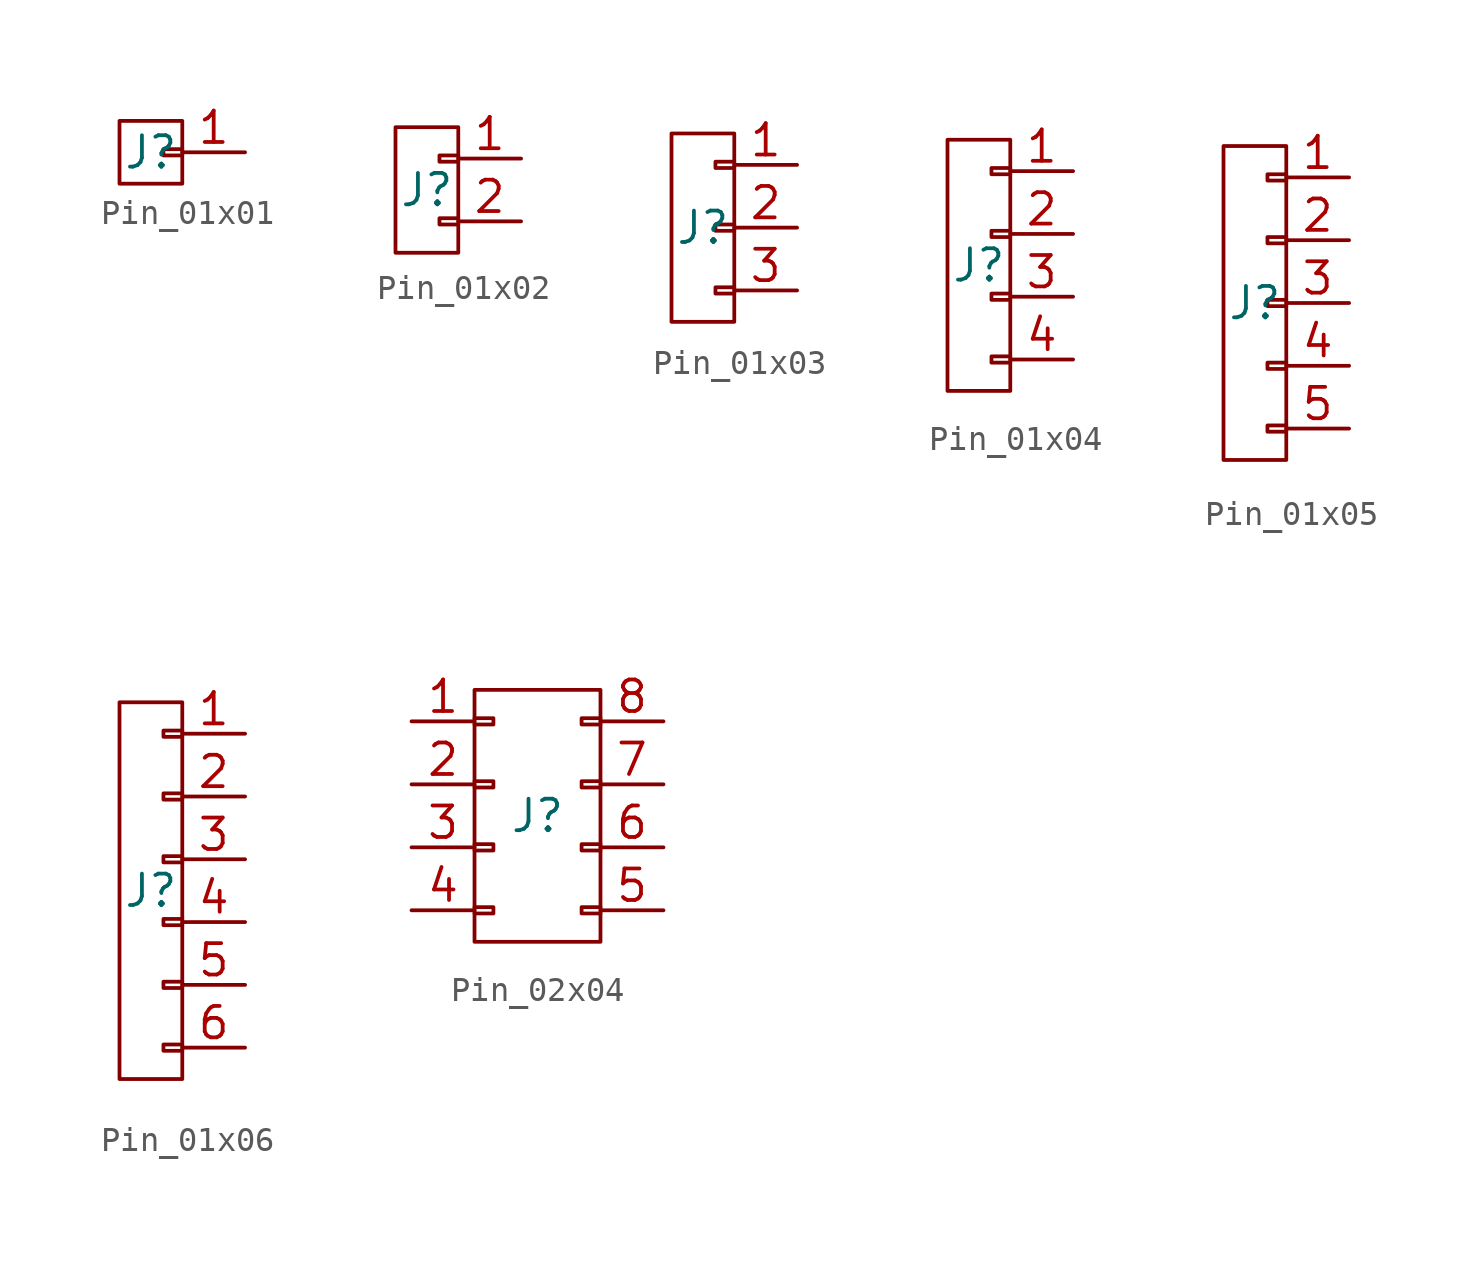
<source format=kicad_sym>
(kicad_symbol_lib
  (version 20241209)
  (generator "kicad_symbol_editor")
  (generator_version "9.0")
  (symbol "Pin_01x01"
    (property "Reference" "J"
      (at 0 0 0)
      (effects (font (size 1.27 1.27))))
    (symbol "Pin_01x01_0_1"
      (rectangle (start -1.27 1.27) (end 1.27 -1.27) (stroke (width 0) (type default)) (fill (type none)))
      (polyline (pts (xy 1.27 0.127) (xy 0.508 0.127) (xy 0.508 -0.127) (xy 1.27 -0.127)) (stroke (width 0) (type default)) (fill (type none))))
    (symbol "Pin_01x01_1_1"
      (pin passive line (at 3.81 0 180) (length 2.54) (name "~" (effects (font (size 1.27 1.27)))) (number "1" (effects (font (size 1.27 1.27)))))))
  (symbol "Pin_01x02"
    (property "Reference" "J"
      (at 0 0 0)
      (effects (font (size 1.27 1.27))))
    (symbol "Pin_01x02_0_1"
      (rectangle (start -1.27 2.54) (end 1.27 -2.54) (stroke (width 0) (type default)) (fill (type none)))
      (polyline (pts (xy 1.27 1.397) (xy 0.508 1.397) (xy 0.508 1.143) (xy 1.27 1.143)) (stroke (width 0) (type default)) (fill (type none)))
      (polyline (pts (xy 1.27 -1.143) (xy 0.508 -1.143) (xy 0.508 -1.397) (xy 1.27 -1.397)) (stroke (width 0) (type default)) (fill (type none))))
    (symbol "Pin_01x02_1_1"
      (pin passive line (at 3.81 1.27 180) (length 2.54) (name "~" (effects (font (size 1.27 1.27)))) (number "1" (effects (font (size 1.27 1.27)))))
      (pin passive line (at 3.81 -1.27 180) (length 2.54) (name "~" (effects (font (size 1.27 1.27)))) (number "2" (effects (font (size 1.27 1.27)))))))
  (symbol "Pin_01x03"
    (property "Reference" "J"
      (at 0 0 0)
      (effects (font (size 1.27 1.27))))
    (symbol "Pin_01x03_0_1"
      (rectangle (start -1.27 3.81) (end 1.27 -3.81) (stroke (width 0) (type default)) (fill (type none)))
      (polyline (pts (xy 1.27 2.667) (xy 0.508 2.667) (xy 0.508 2.413) (xy 1.27 2.413)) (stroke (width 0) (type default)) (fill (type none)))
      (polyline (pts (xy 1.27 0.127) (xy 0.508 0.127) (xy 0.508 -0.127) (xy 1.27 -0.127)) (stroke (width 0) (type default)) (fill (type none)))
      (polyline (pts (xy 1.27 -2.413) (xy 0.508 -2.413) (xy 0.508 -2.667) (xy 1.27 -2.667)) (stroke (width 0) (type default)) (fill (type none))))
    (symbol "Pin_01x03_1_1"
      (pin passive line (at 3.81 2.54 180) (length 2.54) (name "~" (effects (font (size 1.27 1.27)))) (number "1" (effects (font (size 1.27 1.27)))))
      (pin passive line (at 3.81 0 180) (length 2.54) (name "~" (effects (font (size 1.27 1.27)))) (number "2" (effects (font (size 1.27 1.27)))))
      (pin passive line (at 3.81 -2.54 180) (length 2.54) (name "~" (effects (font (size 1.27 1.27)))) (number "3" (effects (font (size 1.27 1.27)))))))
  (symbol "Pin_01x04"
    (property "Reference" "J"
      (at 0 0 0)
      (effects (font (size 1.27 1.27))))
    (symbol "Pin_01x04_0_1"
      (rectangle (start -1.27 5.08) (end 1.27 -5.08) (stroke (width 0) (type default)) (fill (type none)))
      (polyline (pts (xy 1.27 3.937) (xy 0.508 3.937) (xy 0.508 3.683) (xy 1.27 3.683)) (stroke (width 0) (type default)) (fill (type none)))
      (polyline (pts (xy 1.27 1.397) (xy 0.508 1.397) (xy 0.508 1.143) (xy 1.27 1.143)) (stroke (width 0) (type default)) (fill (type none)))
      (polyline (pts (xy 1.27 -1.143) (xy 0.508 -1.143) (xy 0.508 -1.397) (xy 1.27 -1.397)) (stroke (width 0) (type default)) (fill (type none)))
      (polyline (pts (xy 1.27 -3.683) (xy 0.508 -3.683) (xy 0.508 -3.937) (xy 1.27 -3.937)) (stroke (width 0) (type default)) (fill (type none))))
    (symbol "Pin_01x04_1_1"
      (pin passive line (at 3.81 3.81 180) (length 2.54) (name "~" (effects (font (size 1.27 1.27)))) (number "1" (effects (font (size 1.27 1.27)))))
      (pin passive line (at 3.81 1.27 180) (length 2.54) (name "~" (effects (font (size 1.27 1.27)))) (number "2" (effects (font (size 1.27 1.27)))))
      (pin passive line (at 3.81 -1.27 180) (length 2.54) (name "~" (effects (font (size 1.27 1.27)))) (number "3" (effects (font (size 1.27 1.27)))))
      (pin passive line (at 3.81 -3.81 180) (length 2.54) (name "~" (effects (font (size 1.27 1.27)))) (number "4" (effects (font (size 1.27 1.27)))))))
  (symbol "Pin_01x05"
    (property "Reference" "J"
      (at 0 0 0)
      (effects (font (size 1.27 1.27))))
    (symbol "Pin_01x05_0_1"
      (rectangle (start -1.27 6.35) (end 1.27 -6.35) (stroke (width 0) (type default)) (fill (type none)))
      (polyline (pts (xy 1.27 5.207) (xy 0.508 5.207) (xy 0.508 4.953) (xy 1.27 4.953)) (stroke (width 0) (type default)) (fill (type none)))
      (polyline (pts (xy 1.27 2.667) (xy 0.508 2.667) (xy 0.508 2.413) (xy 1.27 2.413)) (stroke (width 0) (type default)) (fill (type none)))
      (polyline (pts (xy 1.27 0.127) (xy 0.508 0.127) (xy 0.508 -0.127) (xy 1.27 -0.127)) (stroke (width 0) (type default)) (fill (type none)))
      (polyline (pts (xy 1.27 -2.413) (xy 0.508 -2.413) (xy 0.508 -2.667) (xy 1.27 -2.667)) (stroke (width 0) (type default)) (fill (type none)))
      (polyline (pts (xy 1.27 -4.953) (xy 0.508 -4.953) (xy 0.508 -5.207) (xy 1.27 -5.207)) (stroke (width 0) (type default)) (fill (type none))))
    (symbol "Pin_01x05_1_1"
      (pin passive line (at 3.81 5.08 180) (length 2.54) (name "~" (effects (font (size 1.27 1.27)))) (number "1" (effects (font (size 1.27 1.27)))))
      (pin passive line (at 3.81 2.54 180) (length 2.54) (name "~" (effects (font (size 1.27 1.27)))) (number "2" (effects (font (size 1.27 1.27)))))
      (pin passive line (at 3.81 0 180) (length 2.54) (name "~" (effects (font (size 1.27 1.27)))) (number "3" (effects (font (size 1.27 1.27)))))
      (pin passive line (at 3.81 -2.54 180) (length 2.54) (name "~" (effects (font (size 1.27 1.27)))) (number "4" (effects (font (size 1.27 1.27)))))
      (pin passive line (at 3.81 -5.08 180) (length 2.54) (name "~" (effects (font (size 1.27 1.27)))) (number "5" (effects (font (size 1.27 1.27)))))))
  (symbol "Pin_01x06"
    (property "Reference" "J"
      (at 0 0 0)
      (effects (font (size 1.27 1.27))))
    (symbol "Pin_01x06_0_1"
      (rectangle (start -1.27 7.62) (end 1.27 -7.62) (stroke (width 0) (type default)) (fill (type none)))
      (polyline (pts (xy 1.27 6.477) (xy 0.508 6.477) (xy 0.508 6.223) (xy 1.27 6.223)) (stroke (width 0) (type default)) (fill (type none)))
      (polyline (pts (xy 1.27 3.937) (xy 0.508 3.937) (xy 0.508 3.683) (xy 1.27 3.683)) (stroke (width 0) (type default)) (fill (type none)))
      (polyline (pts (xy 1.27 1.397) (xy 0.508 1.397) (xy 0.508 1.143) (xy 1.27 1.143)) (stroke (width 0) (type default)) (fill (type none)))
      (polyline (pts (xy 1.27 -1.143) (xy 0.508 -1.143) (xy 0.508 -1.397) (xy 1.27 -1.397)) (stroke (width 0) (type default)) (fill (type none)))
      (polyline (pts (xy 1.27 -3.683) (xy 0.508 -3.683) (xy 0.508 -3.937) (xy 1.27 -3.937)) (stroke (width 0) (type default)) (fill (type none)))
      (polyline (pts (xy 1.27 -6.223) (xy 0.508 -6.223) (xy 0.508 -6.477) (xy 1.27 -6.477)) (stroke (width 0) (type default)) (fill (type none))))
    (symbol "Pin_01x06_1_1"
      (pin passive line (at 3.81 6.35 180) (length 2.54) (name "~" (effects (font (size 1.27 1.27)))) (number "1" (effects (font (size 1.27 1.27)))))
      (pin passive line (at 3.81 3.81 180) (length 2.54) (name "~" (effects (font (size 1.27 1.27)))) (number "2" (effects (font (size 1.27 1.27)))))
      (pin passive line (at 3.81 1.27 180) (length 2.54) (name "~" (effects (font (size 1.27 1.27)))) (number "3" (effects (font (size 1.27 1.27)))))
      (pin passive line (at 3.81 -1.27 180) (length 2.54) (name "~" (effects (font (size 1.27 1.27)))) (number "4" (effects (font (size 1.27 1.27)))))
      (pin passive line (at 3.81 -3.81 180) (length 2.54) (name "~" (effects (font (size 1.27 1.27)))) (number "5" (effects (font (size 1.27 1.27)))))
      (pin passive line (at 3.81 -6.35 180) (length 2.54) (name "~" (effects (font (size 1.27 1.27)))) (number "6" (effects (font (size 1.27 1.27)))))))
  (symbol "Pin_02x04"
    (property "Reference" "J"
      (at 0 0 0)
      (effects (font (size 1.27 1.27))))
    (symbol "Pin_02x04_0_1"
      (rectangle (start -2.54 5.08) (end 2.54 -5.08) (stroke (width 0) (type default)) (fill (type none)))
      (polyline (pts (xy -2.54 3.937) (xy -1.778 3.937) (xy -1.778 3.683) (xy -2.54 3.683)) (stroke (width 0) (type default)) (fill (type none)))
      (polyline (pts (xy -2.54 1.397) (xy -1.778 1.397) (xy -1.778 1.143) (xy -2.54 1.143)) (stroke (width 0) (type default)) (fill (type none)))
      (polyline (pts (xy -2.54 -1.143) (xy -1.778 -1.143) (xy -1.778 -1.397) (xy -2.54 -1.397)) (stroke (width 0) (type default)) (fill (type none)))
      (polyline (pts (xy -2.54 -3.683) (xy -1.778 -3.683) (xy -1.778 -3.937) (xy -2.54 -3.937)) (stroke (width 0) (type default)) (fill (type none)))
      (polyline (pts (xy 2.54 3.937) (xy 1.778 3.937) (xy 1.778 3.683) (xy 2.54 3.683)) (stroke (width 0) (type default)) (fill (type none)))
      (polyline (pts (xy 2.54 1.397) (xy 1.778 1.397) (xy 1.778 1.143) (xy 2.54 1.143)) (stroke (width 0) (type default)) (fill (type none)))
      (polyline (pts (xy 2.54 -1.143) (xy 1.778 -1.143) (xy 1.778 -1.397) (xy 2.54 -1.397)) (stroke (width 0) (type default)) (fill (type none)))
      (polyline (pts (xy 2.54 -3.683) (xy 1.778 -3.683) (xy 1.778 -3.937) (xy 2.54 -3.937)) (stroke (width 0) (type default)) (fill (type none))))
    (symbol "Pin_02x04_1_1"
      (pin passive line (at -5.08 3.81 0) (length 2.54) (name "~" (effects (font (size 1.27 1.27)))) (number "1" (effects (font (size 1.27 1.27)))))
      (pin passive line (at -5.08 1.27 0) (length 2.54) (name "~" (effects (font (size 1.27 1.27)))) (number "2" (effects (font (size 1.27 1.27)))))
      (pin passive line (at -5.08 -1.27 0) (length 2.54) (name "~" (effects (font (size 1.27 1.27)))) (number "3" (effects (font (size 1.27 1.27)))))
      (pin passive line (at -5.08 -3.81 0) (length 2.54) (name "~" (effects (font (size 1.27 1.27)))) (number "4" (effects (font (size 1.27 1.27)))))
      (pin passive line (at 5.08 3.81 180) (length 2.54) (name "~" (effects (font (size 1.27 1.27)))) (number "8" (effects (font (size 1.27 1.27)))))
      (pin passive line (at 5.08 1.27 180) (length 2.54) (name "~" (effects (font (size 1.27 1.27)))) (number "7" (effects (font (size 1.27 1.27)))))
      (pin passive line (at 5.08 -1.27 180) (length 2.54) (name "~" (effects (font (size 1.27 1.27)))) (number "6" (effects (font (size 1.27 1.27)))))
      (pin passive line (at 5.08 -3.81 180) (length 2.54) (name "~" (effects (font (size 1.27 1.27)))) (number "5" (effects (font (size 1.27 1.27))))))))
</source>
